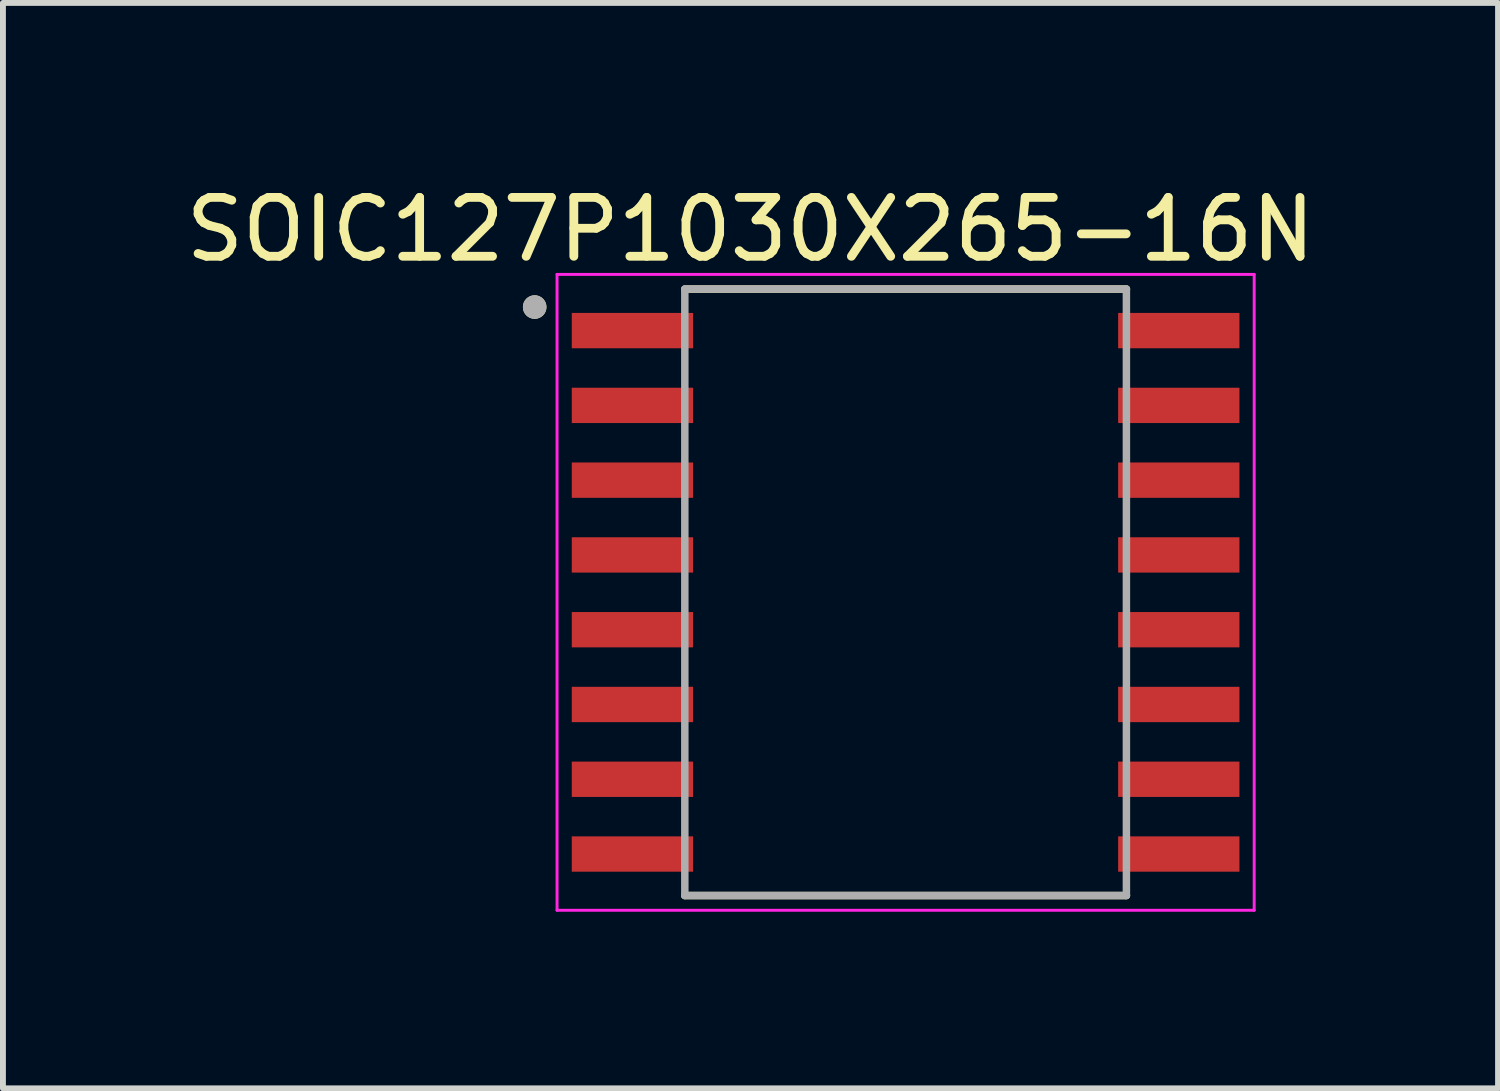
<source format=kicad_pcb>
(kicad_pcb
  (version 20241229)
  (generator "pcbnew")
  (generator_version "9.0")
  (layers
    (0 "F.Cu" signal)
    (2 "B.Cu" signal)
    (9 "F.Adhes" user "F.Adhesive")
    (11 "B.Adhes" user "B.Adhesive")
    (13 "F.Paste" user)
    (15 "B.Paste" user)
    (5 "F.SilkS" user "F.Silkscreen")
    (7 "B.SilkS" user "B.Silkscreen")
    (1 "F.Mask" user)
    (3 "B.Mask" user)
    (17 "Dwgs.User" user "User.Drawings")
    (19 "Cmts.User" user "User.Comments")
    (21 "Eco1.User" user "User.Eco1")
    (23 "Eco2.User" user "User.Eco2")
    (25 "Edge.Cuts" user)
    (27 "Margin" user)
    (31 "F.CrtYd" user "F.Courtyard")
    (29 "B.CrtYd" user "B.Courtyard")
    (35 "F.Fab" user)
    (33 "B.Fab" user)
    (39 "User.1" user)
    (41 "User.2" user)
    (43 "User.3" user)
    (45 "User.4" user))
  (footprint "SOIC127P1030X265-16N"
    (layer "F.Cu")
    (at 12.331 7.01)
    (property "Reference" "SOIC127P1030X265-16N" (at -2.635 -6.162 0) (layer "F.SilkS") (effects (font (size 1 1) (thickness 0.15))))
    (attr through_hole)
    (fp_line (start -3.75 -5.15) (end 3.75 -5.15) (stroke (width 0.127) (type solid)) (layer "F.SilkS"))
    (fp_line (start -3.75 5.15) (end 3.75 5.15) (stroke (width 0.127) (type solid)) (layer "F.SilkS"))
    (fp_circle (center -6.3 -4.845) (end -6.2 -4.845) (stroke (width 0.2) (type solid)) (fill no) (layer "F.SilkS"))
    (fp_line (start -5.92 -5.4) (end -5.92 5.4) (stroke (width 0.05) (type solid)) (layer "F.CrtYd"))
    (fp_line (start -5.92 -5.4) (end 5.92 -5.4) (stroke (width 0.05) (type solid)) (layer "F.CrtYd"))
    (fp_line (start -5.92 5.4) (end 5.92 5.4) (stroke (width 0.05) (type solid)) (layer "F.CrtYd"))
    (fp_line (start 5.92 -5.4) (end 5.92 5.4) (stroke (width 0.05) (type solid)) (layer "F.CrtYd"))
    (fp_line (start -3.75 -5.15) (end -3.75 5.15) (stroke (width 0.127) (type solid)) (layer "F.Fab"))
    (fp_line (start -3.75 -5.15) (end 3.75 -5.15) (stroke (width 0.127) (type solid)) (layer "F.Fab"))
    (fp_line (start -3.75 5.15) (end 3.75 5.15) (stroke (width 0.127) (type solid)) (layer "F.Fab"))
    (fp_line (start 3.75 -5.15) (end 3.75 5.15) (stroke (width 0.127) (type solid)) (layer "F.Fab"))
    (fp_circle (center -6.3 -4.845) (end -6.2 -4.845) (stroke (width 0.2) (type solid)) (fill no) (layer "F.Fab"))
    (pad "1" smd rect (at -4.64 -4.445) (size 2.06 0.6) (layers "F.Cu" "F.Mask" "F.Paste"))
    (pad "2" smd rect (at -4.64 -3.175) (size 2.06 0.6) (layers "F.Cu" "F.Mask" "F.Paste"))
    (pad "3" smd rect (at -4.64 -1.905) (size 2.06 0.6) (layers "F.Cu" "F.Mask" "F.Paste"))
    (pad "4" smd rect (at -4.64 -0.635) (size 2.06 0.6) (layers "F.Cu" "F.Mask" "F.Paste"))
    (pad "5" smd rect (at -4.64 0.635) (size 2.06 0.6) (layers "F.Cu" "F.Mask" "F.Paste"))
    (pad "6" smd rect (at -4.64 1.905) (size 2.06 0.6) (layers "F.Cu" "F.Mask" "F.Paste"))
    (pad "7" smd rect (at -4.64 3.175) (size 2.06 0.6) (layers "F.Cu" "F.Mask" "F.Paste"))
    (pad "8" smd rect (at -4.64 4.445) (size 2.06 0.6) (layers "F.Cu" "F.Mask" "F.Paste"))
    (pad "9" smd rect (at 4.64 4.445) (size 2.06 0.6) (layers "F.Cu" "F.Mask" "F.Paste"))
    (pad "10" smd rect (at 4.64 3.175) (size 2.06 0.6) (layers "F.Cu" "F.Mask" "F.Paste"))
    (pad "11" smd rect (at 4.64 1.905) (size 2.06 0.6) (layers "F.Cu" "F.Mask" "F.Paste"))
    (pad "12" smd rect (at 4.64 0.635) (size 2.06 0.6) (layers "F.Cu" "F.Mask" "F.Paste"))
    (pad "13" smd rect (at 4.64 -0.635) (size 2.06 0.6) (layers "F.Cu" "F.Mask" "F.Paste"))
    (pad "14" smd rect (at 4.64 -1.905) (size 2.06 0.6) (layers "F.Cu" "F.Mask" "F.Paste"))
    (pad "15" smd rect (at 4.64 -3.175) (size 2.06 0.6) (layers "F.Cu" "F.Mask" "F.Paste"))
    (pad "16" smd rect (at 4.64 -4.445) (size 2.06 0.6) (layers "F.Cu" "F.Mask" "F.Paste")))
  (gr_rect
    (start -3 -3)
    (end 22.393 15.435)
    (stroke (width 0.1) (type default))
    (fill no)
    (layer "Edge.Cuts")))
</source>
